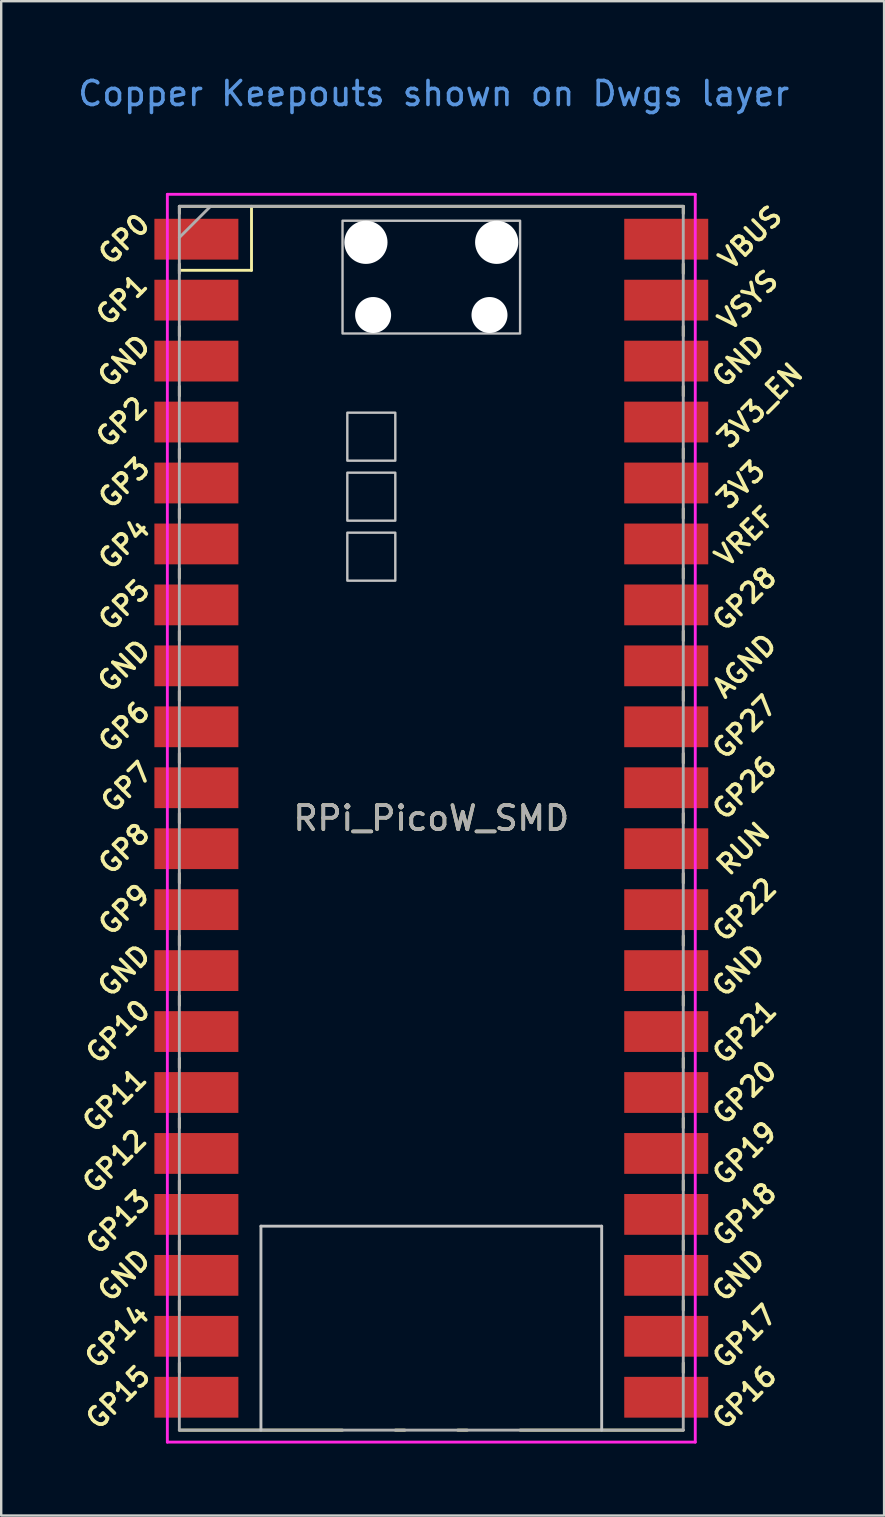
<source format=kicad_pcb>
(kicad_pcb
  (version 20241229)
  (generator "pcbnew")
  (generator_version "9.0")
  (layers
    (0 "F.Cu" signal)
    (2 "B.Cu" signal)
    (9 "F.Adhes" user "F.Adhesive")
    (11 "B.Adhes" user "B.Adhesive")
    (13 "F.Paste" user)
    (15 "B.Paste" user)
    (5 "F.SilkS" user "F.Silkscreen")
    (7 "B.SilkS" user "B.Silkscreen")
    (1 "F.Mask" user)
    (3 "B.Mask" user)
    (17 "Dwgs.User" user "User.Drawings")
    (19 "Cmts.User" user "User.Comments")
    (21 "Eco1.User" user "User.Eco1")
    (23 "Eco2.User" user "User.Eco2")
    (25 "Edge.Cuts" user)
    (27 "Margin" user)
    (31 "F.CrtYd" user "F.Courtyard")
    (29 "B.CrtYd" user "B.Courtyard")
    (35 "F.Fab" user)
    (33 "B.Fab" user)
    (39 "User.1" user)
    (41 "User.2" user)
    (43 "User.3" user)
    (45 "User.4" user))
  (footprint "RPi_PicoW_SMD"
    (layer "F.Cu")
    (at 14.924 31.048)
    (property "Reference" "RPi_PicoW_SMD" (at 0 0 0) (layer "F.SilkS") (effects (font (size 1 1) (thickness 0.15))))
    (attr through_hole)
    (fp_line (start -10.5 -25.5) (end -10.5 -25.2) (stroke (width 0.12) (type solid)) (layer "F.SilkS"))
    (fp_line (start -10.5 -25.5) (end 10.5 -25.5) (stroke (width 0.12) (type solid)) (layer "F.SilkS"))
    (fp_line (start -10.5 -23.1) (end -10.5 -22.7) (stroke (width 0.12) (type solid)) (layer "F.SilkS"))
    (fp_line (start -10.5 -22.833) (end -7.493 -22.833) (stroke (width 0.12) (type solid)) (layer "F.SilkS"))
    (fp_line (start -10.5 -20.5) (end -10.5 -20.1) (stroke (width 0.12) (type solid)) (layer "F.SilkS"))
    (fp_line (start -10.5 -18) (end -10.5 -17.6) (stroke (width 0.12) (type solid)) (layer "F.SilkS"))
    (fp_line (start -10.5 -15.4) (end -10.5 -15) (stroke (width 0.12) (type solid)) (layer "F.SilkS"))
    (fp_line (start -10.5 -12.9) (end -10.5 -12.5) (stroke (width 0.12) (type solid)) (layer "F.SilkS"))
    (fp_line (start -10.5 -10.4) (end -10.5 -10) (stroke (width 0.12) (type solid)) (layer "F.SilkS"))
    (fp_line (start -10.5 -7.8) (end -10.5 -7.4) (stroke (width 0.12) (type solid)) (layer "F.SilkS"))
    (fp_line (start -10.5 -5.3) (end -10.5 -4.9) (stroke (width 0.12) (type solid)) (layer "F.SilkS"))
    (fp_line (start -10.5 -2.7) (end -10.5 -2.3) (stroke (width 0.12) (type solid)) (layer "F.SilkS"))
    (fp_line (start -10.5 -0.2) (end -10.5 0.2) (stroke (width 0.12) (type solid)) (layer "F.SilkS"))
    (fp_line (start -10.5 2.3) (end -10.5 2.7) (stroke (width 0.12) (type solid)) (layer "F.SilkS"))
    (fp_line (start -10.5 4.9) (end -10.5 5.3) (stroke (width 0.12) (type solid)) (layer "F.SilkS"))
    (fp_line (start -10.5 7.4) (end -10.5 7.8) (stroke (width 0.12) (type solid)) (layer "F.SilkS"))
    (fp_line (start -10.5 10) (end -10.5 10.4) (stroke (width 0.12) (type solid)) (layer "F.SilkS"))
    (fp_line (start -10.5 12.5) (end -10.5 12.9) (stroke (width 0.12) (type solid)) (layer "F.SilkS"))
    (fp_line (start -10.5 15.1) (end -10.5 15.5) (stroke (width 0.12) (type solid)) (layer "F.SilkS"))
    (fp_line (start -10.5 17.6) (end -10.5 18) (stroke (width 0.12) (type solid)) (layer "F.SilkS"))
    (fp_line (start -10.5 20.1) (end -10.5 20.5) (stroke (width 0.12) (type solid)) (layer "F.SilkS"))
    (fp_line (start -10.5 22.7) (end -10.5 23.1) (stroke (width 0.12) (type solid)) (layer "F.SilkS"))
    (fp_line (start -7.493 -22.833) (end -7.493 -25.5) (stroke (width 0.12) (type solid)) (layer "F.SilkS"))
    (fp_line (start -3.7 25.5) (end -10.5 25.5) (stroke (width 0.12) (type solid)) (layer "F.SilkS"))
    (fp_line (start -1.5 25.5) (end -1.1 25.5) (stroke (width 0.12) (type solid)) (layer "F.SilkS"))
    (fp_line (start 1.1 25.5) (end 1.5 25.5) (stroke (width 0.12) (type solid)) (layer "F.SilkS"))
    (fp_line (start 10.5 -25.5) (end 10.5 -25.2) (stroke (width 0.12) (type solid)) (layer "F.SilkS"))
    (fp_line (start 10.5 -23.1) (end 10.5 -22.7) (stroke (width 0.12) (type solid)) (layer "F.SilkS"))
    (fp_line (start 10.5 -20.5) (end 10.5 -20.1) (stroke (width 0.12) (type solid)) (layer "F.SilkS"))
    (fp_line (start 10.5 -18) (end 10.5 -17.6) (stroke (width 0.12) (type solid)) (layer "F.SilkS"))
    (fp_line (start 10.5 -15.4) (end 10.5 -15) (stroke (width 0.12) (type solid)) (layer "F.SilkS"))
    (fp_line (start 10.5 -12.9) (end 10.5 -12.5) (stroke (width 0.12) (type solid)) (layer "F.SilkS"))
    (fp_line (start 10.5 -10.4) (end 10.5 -10) (stroke (width 0.12) (type solid)) (layer "F.SilkS"))
    (fp_line (start 10.5 -7.8) (end 10.5 -7.4) (stroke (width 0.12) (type solid)) (layer "F.SilkS"))
    (fp_line (start 10.5 -5.3) (end 10.5 -4.9) (stroke (width 0.12) (type solid)) (layer "F.SilkS"))
    (fp_line (start 10.5 -2.7) (end 10.5 -2.3) (stroke (width 0.12) (type solid)) (layer "F.SilkS"))
    (fp_line (start 10.5 -0.2) (end 10.5 0.2) (stroke (width 0.12) (type solid)) (layer "F.SilkS"))
    (fp_line (start 10.5 2.3) (end 10.5 2.7) (stroke (width 0.12) (type solid)) (layer "F.SilkS"))
    (fp_line (start 10.5 4.9) (end 10.5 5.3) (stroke (width 0.12) (type solid)) (layer "F.SilkS"))
    (fp_line (start 10.5 7.4) (end 10.5 7.8) (stroke (width 0.12) (type solid)) (layer "F.SilkS"))
    (fp_line (start 10.5 10) (end 10.5 10.4) (stroke (width 0.12) (type solid)) (layer "F.SilkS"))
    (fp_line (start 10.5 12.5) (end 10.5 12.9) (stroke (width 0.12) (type solid)) (layer "F.SilkS"))
    (fp_line (start 10.5 15.1) (end 10.5 15.5) (stroke (width 0.12) (type solid)) (layer "F.SilkS"))
    (fp_line (start 10.5 17.6) (end 10.5 18) (stroke (width 0.12) (type solid)) (layer "F.SilkS"))
    (fp_line (start 10.5 20.1) (end 10.5 20.5) (stroke (width 0.12) (type solid)) (layer "F.SilkS"))
    (fp_line (start 10.5 22.7) (end 10.5 23.1) (stroke (width 0.12) (type solid)) (layer "F.SilkS"))
    (fp_line (start 10.5 25.5) (end 3.7 25.5) (stroke (width 0.12) (type solid)) (layer "F.SilkS"))
    (fp_line (start -7.1 17) (end 7.1 17) (stroke (width 0.12) (type solid)) (layer "Dwgs.User"))
    (fp_line (start -7.1 25.5) (end -7.1 17) (stroke (width 0.12) (type solid)) (layer "Dwgs.User"))
    (fp_line (start 7.1 17) (end 7.1 25.5) (stroke (width 0.12) (type solid)) (layer "Dwgs.User"))
    (fp_poly (pts (xy -1.5 -14.9) (xy -3.5 -14.9) (xy -3.5 -16.9) (xy -1.5 -16.9)) (stroke (width 0.1) (type solid)) (fill no) (layer "Dwgs.User"))
    (fp_poly (pts (xy -1.5 -12.4) (xy -3.5 -12.4) (xy -3.5 -14.4) (xy -1.5 -14.4)) (stroke (width 0.1) (type solid)) (fill no) (layer "Dwgs.User"))
    (fp_poly (pts (xy -1.5 -9.9) (xy -3.5 -9.9) (xy -3.5 -11.9) (xy -1.5 -11.9)) (stroke (width 0.1) (type solid)) (fill no) (layer "Dwgs.User"))
    (fp_poly (pts (xy 3.7 -20.2) (xy -3.7 -20.2) (xy -3.7 -24.9) (xy 3.7 -24.9)) (stroke (width 0.1) (type solid)) (fill no) (layer "Dwgs.User"))
    (fp_line (start -11 -26) (end 11 -26) (stroke (width 0.12) (type solid)) (layer "F.CrtYd"))
    (fp_line (start -11 26) (end -11 -26) (stroke (width 0.12) (type solid)) (layer "F.CrtYd"))
    (fp_line (start 11 -26) (end 11 26) (stroke (width 0.12) (type solid)) (layer "F.CrtYd"))
    (fp_line (start 11 26) (end -11 26) (stroke (width 0.12) (type solid)) (layer "F.CrtYd"))
    (fp_line (start -10.5 -25.5) (end 10.5 -25.5) (stroke (width 0.12) (type solid)) (layer "F.Fab"))
    (fp_line (start -10.5 -24.2) (end -9.2 -25.5) (stroke (width 0.12) (type solid)) (layer "F.Fab"))
    (fp_line (start -10.5 25.5) (end -10.5 -25.5) (stroke (width 0.12) (type solid)) (layer "F.Fab"))
    (fp_line (start 10.5 -25.5) (end 10.5 25.5) (stroke (width 0.12) (type solid)) (layer "F.Fab"))
    (fp_line (start 10.5 25.5) (end -10.5 25.5) (stroke (width 0.12) (type solid)) (layer "F.Fab"))
    (fp_text user "AGND" (at 13.054 -6.35 45) (layer "F.SilkS") (effects (font (size 0.8 0.8) (thickness 0.15))))
    (fp_text user "VBUS" (at 13.3 -24.2 45) (layer "F.SilkS") (effects (font (size 0.8 0.8) (thickness 0.15))))
    (fp_text user "VREF" (at 13.068 -11.742 45) (layer "F.SilkS") (effects (font (size 0.8 0.8) (thickness 0.15))))
    (fp_text user "GP14" (at -13.1 21.59 45) (layer "F.SilkS") (effects (font (size 0.8 0.8) (thickness 0.15))))
    (fp_text user "GP4" (at -12.8 -11.43 45) (layer "F.SilkS") (effects (font (size 0.8 0.8) (thickness 0.15))))
    (fp_text user "GP28" (at 13.054 -9.144 45) (layer "F.SilkS") (effects (font (size 0.8 0.8) (thickness 0.15))))
    (fp_text user "GP5" (at -12.8 -8.89 45) (layer "F.SilkS") (effects (font (size 0.8 0.8) (thickness 0.15))))
    (fp_text user "GP18" (at 13.054 16.51 45) (layer "F.SilkS") (effects (font (size 0.8 0.8) (thickness 0.15))))
    (fp_text user "VSYS" (at 13.2 -21.59 45) (layer "F.SilkS") (effects (font (size 0.8 0.8) (thickness 0.15))))
    (fp_text user "GP12" (at -13.2 14.293 45) (layer "F.SilkS") (effects (font (size 0.8 0.8) (thickness 0.15))))
    (fp_text user "GP16" (at 13.054 24.13 45) (layer "F.SilkS") (effects (font (size 0.8 0.8) (thickness 0.15))))
    (fp_text user "GP1" (at -12.9 -21.6 45) (layer "F.SilkS") (effects (font (size 0.8 0.8) (thickness 0.15))))
    (fp_text user "GND" (at 12.8 6.35 45) (layer "F.SilkS") (effects (font (size 0.8 0.8) (thickness 0.15))))
    (fp_text user "GND" (at -12.8 -6.35 45) (layer "F.SilkS") (effects (font (size 0.8 0.8) (thickness 0.15))))
    (fp_text user "GP10" (at -13.054 8.89 45) (layer "F.SilkS") (effects (font (size 0.8 0.8) (thickness 0.15))))
    (fp_text user "3V3" (at 12.9 -13.9 45) (layer "F.SilkS") (effects (font (size 0.8 0.8) (thickness 0.15))))
    (fp_text user "GP17" (at 13.054 21.59 45) (layer "F.SilkS") (effects (font (size 0.8 0.8) (thickness 0.15))))
    (fp_text user "GP2" (at -12.9 -16.51 45) (layer "F.SilkS") (effects (font (size 0.8 0.8) (thickness 0.15))))
    (fp_text user "RUN" (at 13 1.27 45) (layer "F.SilkS") (effects (font (size 0.8 0.8) (thickness 0.15))))
    (fp_text user "GP13" (at -13.054 16.832 45) (layer "F.SilkS") (effects (font (size 0.8 0.8) (thickness 0.15))))
    (fp_text user "GP3" (at -12.8 -13.97 45) (layer "F.SilkS") (effects (font (size 0.8 0.8) (thickness 0.15))))
    (fp_text user "GND" (at -12.8 -19.05 45) (layer "F.SilkS") (effects (font (size 0.8 0.8) (thickness 0.15))))
    (fp_text user "GP21" (at 13.054 8.9 45) (layer "F.SilkS") (effects (font (size 0.8 0.8) (thickness 0.15))))
    (fp_text user "GP9" (at -12.8 3.81 45) (layer "F.SilkS") (effects (font (size 0.8 0.8) (thickness 0.15))))
    (fp_text user "GP6" (at -12.8 -3.81 45) (layer "F.SilkS") (effects (font (size 0.8 0.8) (thickness 0.15))))
    (fp_text user "GP27" (at 13.054 -3.8 45) (layer "F.SilkS") (effects (font (size 0.8 0.8) (thickness 0.15))))
    (fp_text user "GP7" (at -12.7 -1.3 45) (layer "F.SilkS") (effects (font (size 0.8 0.8) (thickness 0.15))))
    (fp_text user "GP22" (at 13.054 3.81 45) (layer "F.SilkS") (effects (font (size 0.8 0.8) (thickness 0.15))))
    (fp_text user "3V3_EN" (at 13.7 -17.2 45) (layer "F.SilkS") (effects (font (size 0.8 0.8) (thickness 0.15))))
    (fp_text user "GP26" (at 13.054 -1.27 45) (layer "F.SilkS") (effects (font (size 0.8 0.8) (thickness 0.15))))
    (fp_text user "GND" (at 12.8 -19.05 45) (layer "F.SilkS") (effects (font (size 0.8 0.8) (thickness 0.15))))
    (fp_text user "GND" (at -12.8 19.05 45) (layer "F.SilkS") (effects (font (size 0.8 0.8) (thickness 0.15))))
    (fp_text user "GND" (at -12.8 6.35 45) (layer "F.SilkS") (effects (font (size 0.8 0.8) (thickness 0.15))))
    (fp_text user "GP11" (at -13.2 11.752 45) (layer "F.SilkS") (effects (font (size 0.8 0.8) (thickness 0.15))))
    (fp_text user "GP8" (at -12.8 1.27 45) (layer "F.SilkS") (effects (font (size 0.8 0.8) (thickness 0.15))))
    (fp_text user "GP15" (at -13.054 24.13 45) (layer "F.SilkS") (effects (font (size 0.8 0.8) (thickness 0.15))))
    (fp_text user "GP0" (at -12.8 -24.13 45) (layer "F.SilkS") (effects (font (size 0.8 0.8) (thickness 0.15))))
    (fp_text user "GP20" (at 13.054 11.43 45) (layer "F.SilkS") (effects (font (size 0.8 0.8) (thickness 0.15))))
    (fp_text user "GND" (at 12.8 19.05 45) (layer "F.SilkS") (effects (font (size 0.8 0.8) (thickness 0.15))))
    (fp_text user "GP19" (at 13.054 13.97 45) (layer "F.SilkS") (effects (font (size 0.8 0.8) (thickness 0.15))))
    (fp_text user "Copper Keepouts shown on Dwgs layer" (at 0.1 -30.2 0) (layer "Cmts.User") (effects (font (size 1 1) (thickness 0.15))))
    (fp_text user "${REFERENCE}" (at 0 0 180) (layer "F.Fab") (effects (font (size 1 1) (thickness 0.15))))
    (pad "" np_thru_hole oval (at -2.725 -24) (size 1.8 1.8) (drill 1.8) (layers "*.Cu" "*.Mask"))
    (pad "" np_thru_hole oval (at -2.425 -20.97) (size 1.5 1.5) (drill 1.5) (layers "*.Cu" "*.Mask"))
    (pad "" np_thru_hole oval (at 2.425 -20.97) (size 1.5 1.5) (drill 1.5) (layers "*.Cu" "*.Mask"))
    (pad "" np_thru_hole oval (at 2.725 -24) (size 1.8 1.8) (drill 1.8) (layers "*.Cu" "*.Mask"))
    (pad "1" smd rect (at -8.89 -24.13) (size 3.5 1.7) (drill (offset -0.9 0)) (layers "F.Cu" "F.Mask"))
    (pad "2" smd rect (at -8.89 -21.59) (size 3.5 1.7) (drill (offset -0.9 0)) (layers "F.Cu" "F.Mask"))
    (pad "3" smd rect (at -8.89 -19.05) (size 3.5 1.7) (drill (offset -0.9 0)) (layers "F.Cu" "F.Mask"))
    (pad "4" smd rect (at -8.89 -16.51) (size 3.5 1.7) (drill (offset -0.9 0)) (layers "F.Cu" "F.Mask"))
    (pad "5" smd rect (at -8.89 -13.97) (size 3.5 1.7) (drill (offset -0.9 0)) (layers "F.Cu" "F.Mask"))
    (pad "6" smd rect (at -8.89 -11.43) (size 3.5 1.7) (drill (offset -0.9 0)) (layers "F.Cu" "F.Mask"))
    (pad "7" smd rect (at -8.89 -8.89) (size 3.5 1.7) (drill (offset -0.9 0)) (layers "F.Cu" "F.Mask"))
    (pad "8" smd rect (at -8.89 -6.35) (size 3.5 1.7) (drill (offset -0.9 0)) (layers "F.Cu" "F.Mask"))
    (pad "9" smd rect (at -8.89 -3.81) (size 3.5 1.7) (drill (offset -0.9 0)) (layers "F.Cu" "F.Mask"))
    (pad "10" smd rect (at -8.89 -1.27) (size 3.5 1.7) (drill (offset -0.9 0)) (layers "F.Cu" "F.Mask"))
    (pad "11" smd rect (at -8.89 1.27) (size 3.5 1.7) (drill (offset -0.9 0)) (layers "F.Cu" "F.Mask"))
    (pad "12" smd rect (at -8.89 3.81) (size 3.5 1.7) (drill (offset -0.9 0)) (layers "F.Cu" "F.Mask"))
    (pad "13" smd rect (at -8.89 6.35) (size 3.5 1.7) (drill (offset -0.9 0)) (layers "F.Cu" "F.Mask"))
    (pad "14" smd rect (at -8.89 8.89) (size 3.5 1.7) (drill (offset -0.9 0)) (layers "F.Cu" "F.Mask"))
    (pad "15" smd rect (at -8.89 11.43) (size 3.5 1.7) (drill (offset -0.9 0)) (layers "F.Cu" "F.Mask"))
    (pad "16" smd rect (at -8.89 13.97) (size 3.5 1.7) (drill (offset -0.9 0)) (layers "F.Cu" "F.Mask"))
    (pad "17" smd rect (at -8.89 16.51) (size 3.5 1.7) (drill (offset -0.9 0)) (layers "F.Cu" "F.Mask"))
    (pad "18" smd rect (at -8.89 19.05) (size 3.5 1.7) (drill (offset -0.9 0)) (layers "F.Cu" "F.Mask"))
    (pad "19" smd rect (at -8.89 21.59) (size 3.5 1.7) (drill (offset -0.9 0)) (layers "F.Cu" "F.Mask"))
    (pad "20" smd rect (at -8.89 24.13) (size 3.5 1.7) (drill (offset -0.9 0)) (layers "F.Cu" "F.Mask"))
    (pad "21" smd rect (at 8.89 24.13) (size 3.5 1.7) (drill (offset 0.9 0)) (layers "F.Cu" "F.Mask"))
    (pad "22" smd rect (at 8.89 21.59) (size 3.5 1.7) (drill (offset 0.9 0)) (layers "F.Cu" "F.Mask"))
    (pad "23" smd rect (at 8.89 19.05) (size 3.5 1.7) (drill (offset 0.9 0)) (layers "F.Cu" "F.Mask"))
    (pad "24" smd rect (at 8.89 16.51) (size 3.5 1.7) (drill (offset 0.9 0)) (layers "F.Cu" "F.Mask"))
    (pad "25" smd rect (at 8.89 13.97) (size 3.5 1.7) (drill (offset 0.9 0)) (layers "F.Cu" "F.Mask"))
    (pad "26" smd rect (at 8.89 11.43) (size 3.5 1.7) (drill (offset 0.9 0)) (layers "F.Cu" "F.Mask"))
    (pad "27" smd rect (at 8.89 8.89) (size 3.5 1.7) (drill (offset 0.9 0)) (layers "F.Cu" "F.Mask"))
    (pad "28" smd rect (at 8.89 6.35) (size 3.5 1.7) (drill (offset 0.9 0)) (layers "F.Cu" "F.Mask"))
    (pad "29" smd rect (at 8.89 3.81) (size 3.5 1.7) (drill (offset 0.9 0)) (layers "F.Cu" "F.Mask"))
    (pad "30" smd rect (at 8.89 1.27) (size 3.5 1.7) (drill (offset 0.9 0)) (layers "F.Cu" "F.Mask"))
    (pad "31" smd rect (at 8.89 -1.27) (size 3.5 1.7) (drill (offset 0.9 0)) (layers "F.Cu" "F.Mask"))
    (pad "32" smd rect (at 8.89 -3.81) (size 3.5 1.7) (drill (offset 0.9 0)) (layers "F.Cu" "F.Mask"))
    (pad "33" smd rect (at 8.89 -6.35) (size 3.5 1.7) (drill (offset 0.9 0)) (layers "F.Cu" "F.Mask"))
    (pad "34" smd rect (at 8.89 -8.89) (size 3.5 1.7) (drill (offset 0.9 0)) (layers "F.Cu" "F.Mask"))
    (pad "35" smd rect (at 8.89 -11.43) (size 3.5 1.7) (drill (offset 0.9 0)) (layers "F.Cu" "F.Mask"))
    (pad "36" smd rect (at 8.89 -13.97) (size 3.5 1.7) (drill (offset 0.9 0)) (layers "F.Cu" "F.Mask"))
    (pad "37" smd rect (at 8.89 -16.51) (size 3.5 1.7) (drill (offset 0.9 0)) (layers "F.Cu" "F.Mask"))
    (pad "38" smd rect (at 8.89 -19.05) (size 3.5 1.7) (drill (offset 0.9 0)) (layers "F.Cu" "F.Mask"))
    (pad "39" smd rect (at 8.89 -21.59) (size 3.5 1.7) (drill (offset 0.9 0)) (layers "F.Cu" "F.Mask"))
    (pad "40" smd rect (at 8.89 -24.13) (size 3.5 1.7) (drill (offset 0.9 0)) (layers "F.Cu" "F.Mask")))
  (gr_rect
    (start -3 -3)
    (end 33.793 60.108)
    (stroke (width 0.1) (type default))
    (fill no)
    (layer "Edge.Cuts")))
</source>
